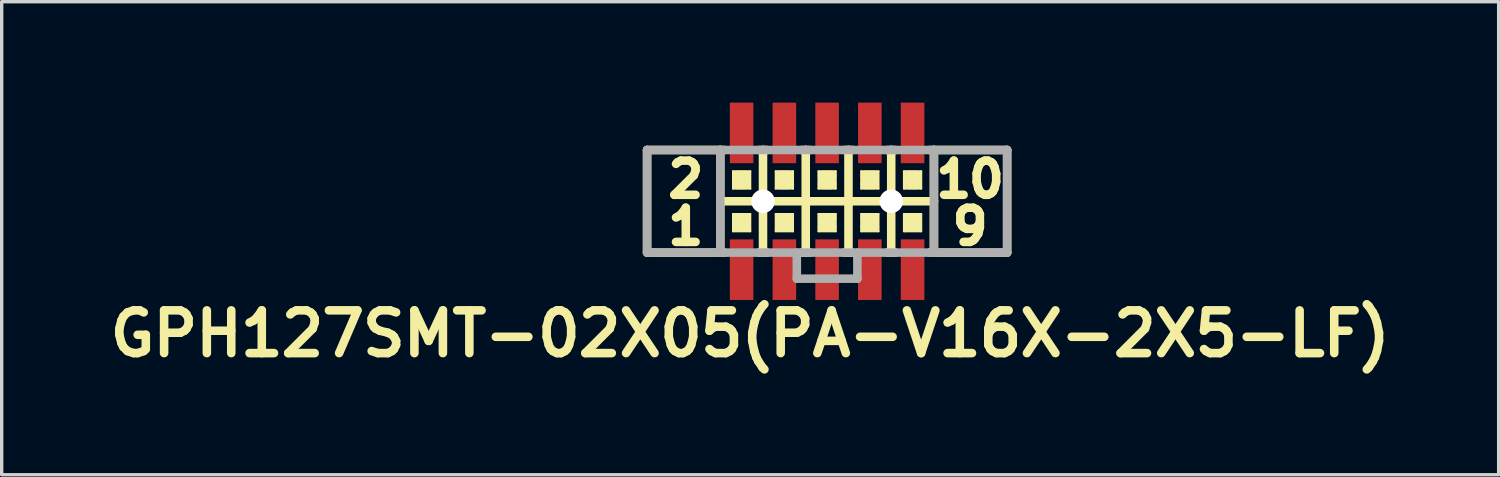
<source format=kicad_pcb>
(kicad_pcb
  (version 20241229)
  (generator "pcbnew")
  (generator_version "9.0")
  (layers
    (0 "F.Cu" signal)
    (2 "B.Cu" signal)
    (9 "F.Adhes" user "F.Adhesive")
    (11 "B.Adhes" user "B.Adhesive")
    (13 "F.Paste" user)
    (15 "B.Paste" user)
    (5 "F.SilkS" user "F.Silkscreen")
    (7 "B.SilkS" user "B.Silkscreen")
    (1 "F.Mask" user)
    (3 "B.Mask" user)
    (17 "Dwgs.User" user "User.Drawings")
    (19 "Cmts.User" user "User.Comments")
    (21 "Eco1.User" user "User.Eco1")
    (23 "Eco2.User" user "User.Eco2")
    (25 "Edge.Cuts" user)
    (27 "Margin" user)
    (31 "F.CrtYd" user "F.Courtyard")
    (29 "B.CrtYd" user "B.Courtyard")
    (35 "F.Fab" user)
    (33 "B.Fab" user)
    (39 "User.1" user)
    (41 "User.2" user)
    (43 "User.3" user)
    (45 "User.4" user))
  (footprint "GPH127SMT-02X05(PA-V16X-2X5-LF)"
    (layer "F.Cu")
    (at 21.53 2.932)
    (property "Reference" "GPH127SMT-02X05(PA-V16X-2X5-LF)" (at -2.286 3.937 0) (layer "F.SilkS") (effects (font (size 1.27 1.27) (thickness 0.254))))
    (attr smd)
    (fp_line (start -5.35 -1.524) (end -5.35 1.524) (stroke (width 0.254) (type solid)) (layer "F.SilkS"))
    (fp_line (start -3.175 -1.524) (end -5.35 -1.524) (stroke (width 0.254) (type solid)) (layer "F.SilkS"))
    (fp_line (start -3.175 -1.524) (end -3.175 0) (stroke (width 0.254) (type solid)) (layer "F.SilkS"))
    (fp_line (start -3.175 0) (end -3.175 1.524) (stroke (width 0.254) (type solid)) (layer "F.SilkS"))
    (fp_line (start -3.175 0) (end -1.905 0) (stroke (width 0.254) (type solid)) (layer "F.SilkS"))
    (fp_line (start -3.175 1.524) (end -5.35 1.524) (stroke (width 0.254) (type solid)) (layer "F.SilkS"))
    (fp_line (start -3.175 1.524) (end -3.048 1.524) (stroke (width 0.254) (type solid)) (layer "F.SilkS"))
    (fp_line (start -3.048 -1.524) (end -3.175 -1.524) (stroke (width 0.254) (type solid)) (layer "F.SilkS"))
    (fp_line (start -2.794 -0.889) (end -2.286 -0.889) (stroke (width 0.066) (type solid)) (layer "F.SilkS"))
    (fp_line (start -2.794 -0.381) (end -2.794 -0.889) (stroke (width 0.066) (type solid)) (layer "F.SilkS"))
    (fp_line (start -2.794 -0.381) (end -2.286 -0.381) (stroke (width 0.066) (type solid)) (layer "F.SilkS"))
    (fp_line (start -2.794 0.381) (end -2.286 0.381) (stroke (width 0.066) (type solid)) (layer "F.SilkS"))
    (fp_line (start -2.794 0.889) (end -2.794 0.381) (stroke (width 0.066) (type solid)) (layer "F.SilkS"))
    (fp_line (start -2.794 0.889) (end -2.286 0.889) (stroke (width 0.066) (type solid)) (layer "F.SilkS"))
    (fp_line (start -2.667 -0.762) (end -2.413 -0.762) (stroke (width 0.3) (type solid)) (layer "F.SilkS"))
    (fp_line (start -2.667 -0.508) (end -2.667 -0.762) (stroke (width 0.254) (type solid)) (layer "F.SilkS"))
    (fp_line (start -2.667 0.508) (end -2.413 0.508) (stroke (width 0.3) (type solid)) (layer "F.SilkS"))
    (fp_line (start -2.667 0.762) (end -2.667 0.508) (stroke (width 0.254) (type solid)) (layer "F.SilkS"))
    (fp_line (start -2.413 -0.762) (end -2.413 -0.508) (stroke (width 0.254) (type solid)) (layer "F.SilkS"))
    (fp_line (start -2.413 -0.508) (end -2.667 -0.508) (stroke (width 0.3) (type solid)) (layer "F.SilkS"))
    (fp_line (start -2.413 0.508) (end -2.413 0.762) (stroke (width 0.254) (type solid)) (layer "F.SilkS"))
    (fp_line (start -2.413 0.762) (end -2.667 0.762) (stroke (width 0.3) (type solid)) (layer "F.SilkS"))
    (fp_line (start -2.286 -0.381) (end -2.286 -0.889) (stroke (width 0.066) (type solid)) (layer "F.SilkS"))
    (fp_line (start -2.286 0.889) (end -2.286 0.381) (stroke (width 0.066) (type solid)) (layer "F.SilkS"))
    (fp_line (start -2.032 -1.524) (end -1.905 -1.524) (stroke (width 0.254) (type solid)) (layer "F.SilkS"))
    (fp_line (start -2.032 1.524) (end -1.905 1.524) (stroke (width 0.254) (type solid)) (layer "F.SilkS"))
    (fp_line (start -1.905 -1.524) (end -1.778 -1.524) (stroke (width 0.254) (type solid)) (layer "F.SilkS"))
    (fp_line (start -1.905 0) (end -1.905 -1.524) (stroke (width 0.254) (type solid)) (layer "F.SilkS"))
    (fp_line (start -1.905 0) (end -0.635 0) (stroke (width 0.254) (type solid)) (layer "F.SilkS"))
    (fp_line (start -1.905 1.524) (end -1.905 0) (stroke (width 0.254) (type solid)) (layer "F.SilkS"))
    (fp_line (start -1.905 1.524) (end -1.778 1.524) (stroke (width 0.254) (type solid)) (layer "F.SilkS"))
    (fp_line (start -1.524 -0.889) (end -1.016 -0.889) (stroke (width 0.066) (type solid)) (layer "F.SilkS"))
    (fp_line (start -1.524 -0.381) (end -1.524 -0.889) (stroke (width 0.066) (type solid)) (layer "F.SilkS"))
    (fp_line (start -1.524 -0.381) (end -1.016 -0.381) (stroke (width 0.066) (type solid)) (layer "F.SilkS"))
    (fp_line (start -1.524 0.381) (end -1.016 0.381) (stroke (width 0.066) (type solid)) (layer "F.SilkS"))
    (fp_line (start -1.524 0.889) (end -1.524 0.381) (stroke (width 0.066) (type solid)) (layer "F.SilkS"))
    (fp_line (start -1.524 0.889) (end -1.016 0.889) (stroke (width 0.066) (type solid)) (layer "F.SilkS"))
    (fp_line (start -1.397 -0.762) (end -1.143 -0.762) (stroke (width 0.3) (type solid)) (layer "F.SilkS"))
    (fp_line (start -1.397 -0.508) (end -1.397 -0.762) (stroke (width 0.254) (type solid)) (layer "F.SilkS"))
    (fp_line (start -1.397 0.508) (end -1.143 0.508) (stroke (width 0.3) (type solid)) (layer "F.SilkS"))
    (fp_line (start -1.397 0.762) (end -1.397 0.508) (stroke (width 0.254) (type solid)) (layer "F.SilkS"))
    (fp_line (start -1.143 -0.762) (end -1.143 -0.508) (stroke (width 0.254) (type solid)) (layer "F.SilkS"))
    (fp_line (start -1.143 -0.508) (end -1.397 -0.508) (stroke (width 0.3) (type solid)) (layer "F.SilkS"))
    (fp_line (start -1.143 0.508) (end -1.143 0.762) (stroke (width 0.254) (type solid)) (layer "F.SilkS"))
    (fp_line (start -1.143 0.762) (end -1.397 0.762) (stroke (width 0.3) (type solid)) (layer "F.SilkS"))
    (fp_line (start -1.016 -0.381) (end -1.016 -0.889) (stroke (width 0.066) (type solid)) (layer "F.SilkS"))
    (fp_line (start -1.016 0.889) (end -1.016 0.381) (stroke (width 0.066) (type solid)) (layer "F.SilkS"))
    (fp_line (start -0.762 -1.524) (end -0.635 -1.524) (stroke (width 0.254) (type solid)) (layer "F.SilkS"))
    (fp_line (start -0.762 1.524) (end -0.635 1.524) (stroke (width 0.254) (type solid)) (layer "F.SilkS"))
    (fp_line (start -0.635 -1.524) (end -0.508 -1.524) (stroke (width 0.254) (type solid)) (layer "F.SilkS"))
    (fp_line (start -0.635 0) (end -0.635 -1.524) (stroke (width 0.254) (type solid)) (layer "F.SilkS"))
    (fp_line (start -0.635 0) (end 0.635 0) (stroke (width 0.254) (type solid)) (layer "F.SilkS"))
    (fp_line (start -0.635 1.524) (end -0.635 0) (stroke (width 0.254) (type solid)) (layer "F.SilkS"))
    (fp_line (start -0.635 1.524) (end -0.508 1.524) (stroke (width 0.254) (type solid)) (layer "F.SilkS"))
    (fp_line (start -0.254 -0.889) (end 0.254 -0.889) (stroke (width 0.066) (type solid)) (layer "F.SilkS"))
    (fp_line (start -0.254 -0.381) (end -0.254 -0.889) (stroke (width 0.066) (type solid)) (layer "F.SilkS"))
    (fp_line (start -0.254 -0.381) (end 0.254 -0.381) (stroke (width 0.066) (type solid)) (layer "F.SilkS"))
    (fp_line (start -0.254 0.381) (end 0.254 0.381) (stroke (width 0.066) (type solid)) (layer "F.SilkS"))
    (fp_line (start -0.254 0.889) (end -0.254 0.381) (stroke (width 0.066) (type solid)) (layer "F.SilkS"))
    (fp_line (start -0.254 0.889) (end 0.254 0.889) (stroke (width 0.066) (type solid)) (layer "F.SilkS"))
    (fp_line (start -0.127 -0.762) (end 0.127 -0.762) (stroke (width 0.3) (type solid)) (layer "F.SilkS"))
    (fp_line (start -0.127 -0.508) (end -0.127 -0.762) (stroke (width 0.254) (type solid)) (layer "F.SilkS"))
    (fp_line (start -0.127 0.508) (end 0.127 0.508) (stroke (width 0.3) (type solid)) (layer "F.SilkS"))
    (fp_line (start -0.127 0.762) (end -0.127 0.508) (stroke (width 0.254) (type solid)) (layer "F.SilkS"))
    (fp_line (start 0.127 -0.762) (end 0.127 -0.508) (stroke (width 0.254) (type solid)) (layer "F.SilkS"))
    (fp_line (start 0.127 -0.508) (end -0.127 -0.508) (stroke (width 0.3) (type solid)) (layer "F.SilkS"))
    (fp_line (start 0.127 0.508) (end 0.127 0.762) (stroke (width 0.254) (type solid)) (layer "F.SilkS"))
    (fp_line (start 0.127 0.762) (end -0.127 0.762) (stroke (width 0.3) (type solid)) (layer "F.SilkS"))
    (fp_line (start 0.254 -0.381) (end 0.254 -0.889) (stroke (width 0.066) (type solid)) (layer "F.SilkS"))
    (fp_line (start 0.254 0.889) (end 0.254 0.381) (stroke (width 0.066) (type solid)) (layer "F.SilkS"))
    (fp_line (start 0.508 -1.524) (end 0.635 -1.524) (stroke (width 0.254) (type solid)) (layer "F.SilkS"))
    (fp_line (start 0.508 1.524) (end 0.635 1.524) (stroke (width 0.254) (type solid)) (layer "F.SilkS"))
    (fp_line (start 0.635 -1.524) (end 0.762 -1.524) (stroke (width 0.254) (type solid)) (layer "F.SilkS"))
    (fp_line (start 0.635 0) (end 0.635 -1.524) (stroke (width 0.254) (type solid)) (layer "F.SilkS"))
    (fp_line (start 0.635 0) (end 1.905 0) (stroke (width 0.254) (type solid)) (layer "F.SilkS"))
    (fp_line (start 0.635 1.524) (end 0.635 0) (stroke (width 0.254) (type solid)) (layer "F.SilkS"))
    (fp_line (start 0.635 1.524) (end 0.762 1.524) (stroke (width 0.254) (type solid)) (layer "F.SilkS"))
    (fp_line (start 1.016 -0.889) (end 1.524 -0.889) (stroke (width 0.066) (type solid)) (layer "F.SilkS"))
    (fp_line (start 1.016 -0.381) (end 1.016 -0.889) (stroke (width 0.066) (type solid)) (layer "F.SilkS"))
    (fp_line (start 1.016 -0.381) (end 1.524 -0.381) (stroke (width 0.066) (type solid)) (layer "F.SilkS"))
    (fp_line (start 1.016 0.381) (end 1.524 0.381) (stroke (width 0.066) (type solid)) (layer "F.SilkS"))
    (fp_line (start 1.016 0.889) (end 1.016 0.381) (stroke (width 0.066) (type solid)) (layer "F.SilkS"))
    (fp_line (start 1.016 0.889) (end 1.524 0.889) (stroke (width 0.066) (type solid)) (layer "F.SilkS"))
    (fp_line (start 1.143 -0.762) (end 1.397 -0.762) (stroke (width 0.3) (type solid)) (layer "F.SilkS"))
    (fp_line (start 1.143 -0.508) (end 1.143 -0.762) (stroke (width 0.254) (type solid)) (layer "F.SilkS"))
    (fp_line (start 1.143 0.508) (end 1.397 0.508) (stroke (width 0.3) (type solid)) (layer "F.SilkS"))
    (fp_line (start 1.143 0.762) (end 1.143 0.508) (stroke (width 0.254) (type solid)) (layer "F.SilkS"))
    (fp_line (start 1.397 -0.762) (end 1.397 -0.508) (stroke (width 0.254) (type solid)) (layer "F.SilkS"))
    (fp_line (start 1.397 -0.508) (end 1.143 -0.508) (stroke (width 0.3) (type solid)) (layer "F.SilkS"))
    (fp_line (start 1.397 0.508) (end 1.397 0.762) (stroke (width 0.254) (type solid)) (layer "F.SilkS"))
    (fp_line (start 1.397 0.762) (end 1.143 0.762) (stroke (width 0.3) (type solid)) (layer "F.SilkS"))
    (fp_line (start 1.524 -0.381) (end 1.524 -0.889) (stroke (width 0.066) (type solid)) (layer "F.SilkS"))
    (fp_line (start 1.524 0.889) (end 1.524 0.381) (stroke (width 0.066) (type solid)) (layer "F.SilkS"))
    (fp_line (start 1.778 -1.524) (end 1.905 -1.524) (stroke (width 0.254) (type solid)) (layer "F.SilkS"))
    (fp_line (start 1.778 1.524) (end 1.905 1.524) (stroke (width 0.254) (type solid)) (layer "F.SilkS"))
    (fp_line (start 1.905 -1.524) (end 2.032 -1.524) (stroke (width 0.254) (type solid)) (layer "F.SilkS"))
    (fp_line (start 1.905 0) (end 1.905 -1.524) (stroke (width 0.254) (type solid)) (layer "F.SilkS"))
    (fp_line (start 1.905 0) (end 3.175 0) (stroke (width 0.254) (type solid)) (layer "F.SilkS"))
    (fp_line (start 1.905 1.524) (end 1.905 0) (stroke (width 0.254) (type solid)) (layer "F.SilkS"))
    (fp_line (start 1.905 1.524) (end 2.032 1.524) (stroke (width 0.254) (type solid)) (layer "F.SilkS"))
    (fp_line (start 2.286 -0.889) (end 2.794 -0.889) (stroke (width 0.066) (type solid)) (layer "F.SilkS"))
    (fp_line (start 2.286 -0.381) (end 2.286 -0.889) (stroke (width 0.066) (type solid)) (layer "F.SilkS"))
    (fp_line (start 2.286 -0.381) (end 2.794 -0.381) (stroke (width 0.066) (type solid)) (layer "F.SilkS"))
    (fp_line (start 2.286 0.381) (end 2.794 0.381) (stroke (width 0.066) (type solid)) (layer "F.SilkS"))
    (fp_line (start 2.286 0.889) (end 2.286 0.381) (stroke (width 0.066) (type solid)) (layer "F.SilkS"))
    (fp_line (start 2.286 0.889) (end 2.794 0.889) (stroke (width 0.066) (type solid)) (layer "F.SilkS"))
    (fp_line (start 2.413 -0.762) (end 2.667 -0.762) (stroke (width 0.3) (type solid)) (layer "F.SilkS"))
    (fp_line (start 2.413 -0.508) (end 2.413 -0.762) (stroke (width 0.254) (type solid)) (layer "F.SilkS"))
    (fp_line (start 2.413 0.508) (end 2.667 0.508) (stroke (width 0.3) (type solid)) (layer "F.SilkS"))
    (fp_line (start 2.413 0.762) (end 2.413 0.508) (stroke (width 0.254) (type solid)) (layer "F.SilkS"))
    (fp_line (start 2.667 -0.762) (end 2.667 -0.508) (stroke (width 0.254) (type solid)) (layer "F.SilkS"))
    (fp_line (start 2.667 -0.508) (end 2.413 -0.508) (stroke (width 0.3) (type solid)) (layer "F.SilkS"))
    (fp_line (start 2.667 0.508) (end 2.667 0.762) (stroke (width 0.254) (type solid)) (layer "F.SilkS"))
    (fp_line (start 2.667 0.762) (end 2.413 0.762) (stroke (width 0.3) (type solid)) (layer "F.SilkS"))
    (fp_line (start 2.794 -0.381) (end 2.794 -0.889) (stroke (width 0.066) (type solid)) (layer "F.SilkS"))
    (fp_line (start 2.794 0.889) (end 2.794 0.381) (stroke (width 0.066) (type solid)) (layer "F.SilkS"))
    (fp_line (start 3.048 -1.524) (end 3.175 -1.524) (stroke (width 0.254) (type solid)) (layer "F.SilkS"))
    (fp_line (start 3.048 1.524) (end 3.175 1.524) (stroke (width 0.254) (type solid)) (layer "F.SilkS"))
    (fp_line (start 3.175 0) (end 3.175 -1.524) (stroke (width 0.254) (type solid)) (layer "F.SilkS"))
    (fp_line (start 3.175 1.524) (end 3.175 0) (stroke (width 0.254) (type solid)) (layer "F.SilkS"))
    (fp_line (start 5.35 -1.524) (end 3.175 -1.524) (stroke (width 0.254) (type solid)) (layer "F.SilkS"))
    (fp_line (start 5.35 1.524) (end 3.175 1.524) (stroke (width 0.254) (type solid)) (layer "F.SilkS"))
    (fp_line (start 5.35 1.524) (end 5.35 -1.524) (stroke (width 0.254) (type solid)) (layer "F.SilkS"))
    (fp_line (start -5.35 -1.524) (end -5.35 1.524) (stroke (width 0.254) (type solid)) (layer "F.Fab"))
    (fp_line (start -3.175 -1.524) (end -5.35 -1.524) (stroke (width 0.254) (type solid)) (layer "F.Fab"))
    (fp_line (start -3.175 -1.524) (end -3.175 1.524) (stroke (width 0.254) (type solid)) (layer "F.Fab"))
    (fp_line (start -3.175 1.524) (end -5.35 1.524) (stroke (width 0.254) (type solid)) (layer "F.Fab"))
    (fp_line (start -3.175 1.524) (end 3.175 1.524) (stroke (width 0.254) (type solid)) (layer "F.Fab"))
    (fp_line (start -0.9 2.3) (end -0.9 1.524) (stroke (width 0.254) (type solid)) (layer "F.Fab"))
    (fp_line (start -0.9 2.3) (end 0.9 2.3) (stroke (width 0.254) (type solid)) (layer "F.Fab"))
    (fp_line (start 0.9 2.3) (end 0.9 1.524) (stroke (width 0.254) (type solid)) (layer "F.Fab"))
    (fp_line (start 3.175 -1.524) (end -3.175 -1.524) (stroke (width 0.254) (type solid)) (layer "F.Fab"))
    (fp_line (start 3.175 1.524) (end 3.175 -1.524) (stroke (width 0.254) (type solid)) (layer "F.Fab"))
    (fp_line (start 5.35 -1.524) (end 3.175 -1.524) (stroke (width 0.254) (type solid)) (layer "F.Fab"))
    (fp_line (start 5.35 1.524) (end 3.175 1.524) (stroke (width 0.254) (type solid)) (layer "F.Fab"))
    (fp_line (start 5.35 1.524) (end 5.35 -1.524) (stroke (width 0.254) (type solid)) (layer "F.Fab"))
    (fp_text user "10" (at 4.25 -0.65 0) (layer "F.SilkS") (effects (font (size 1.016 1.016) (thickness 0.254))))
    (fp_text user "2" (at -4.2 -0.65 0) (layer "F.SilkS") (effects (font (size 1.016 1.016) (thickness 0.254))))
    (fp_text user "1" (at -4.2 0.75 0) (layer "F.SilkS") (effects (font (size 1.016 1.016) (thickness 0.254))))
    (fp_text user "9" (at 4.25 0.75 0) (layer "F.SilkS") (effects (font (size 1.016 1.016) (thickness 0.254))))
    (pad "" np_thru_hole circle (at -1.905 0) (size 0.7 0.7) (drill 0.7) (layers "*.Cu" "*.Mask"))
    (pad "" np_thru_hole circle (at 1.905 0) (size 0.7 0.7) (drill 0.7) (layers "*.Cu" "*.Mask"))
    (pad "1" smd rect (at -2.54 2.032 270) (size 1.8 0.7) (layers "F.Cu" "F.Mask" "F.Paste"))
    (pad "2" smd rect (at -2.54 -2.032 270) (size 1.8 0.7) (layers "F.Cu" "F.Mask" "F.Paste"))
    (pad "3" smd rect (at -1.27 2.032 270) (size 1.8 0.7) (layers "F.Cu" "F.Mask" "F.Paste"))
    (pad "4" smd rect (at -1.27 -2.032 270) (size 1.8 0.7) (layers "F.Cu" "F.Mask" "F.Paste"))
    (pad "5" smd rect (at 0 2.032 270) (size 1.8 0.7) (layers "F.Cu" "F.Mask" "F.Paste"))
    (pad "6" smd rect (at 0 -2.032 270) (size 1.8 0.7) (layers "F.Cu" "F.Mask" "F.Paste"))
    (pad "7" smd rect (at 1.27 2.032 270) (size 1.8 0.7) (layers "F.Cu" "F.Mask" "F.Paste"))
    (pad "8" smd rect (at 1.27 -2.032 270) (size 1.8 0.7) (layers "F.Cu" "F.Mask" "F.Paste"))
    (pad "9" smd rect (at 2.54 2.032 270) (size 1.8 0.7) (layers "F.Cu" "F.Mask" "F.Paste"))
    (pad "10" smd rect (at 2.54 -2.032 270) (size 1.8 0.7) (layers "F.Cu" "F.Mask" "F.Paste")))
  (gr_rect
    (start -3 -3)
    (end 41.487 11.058)
    (stroke (width 0.1) (type default))
    (fill no)
    (layer "Edge.Cuts")))
</source>
